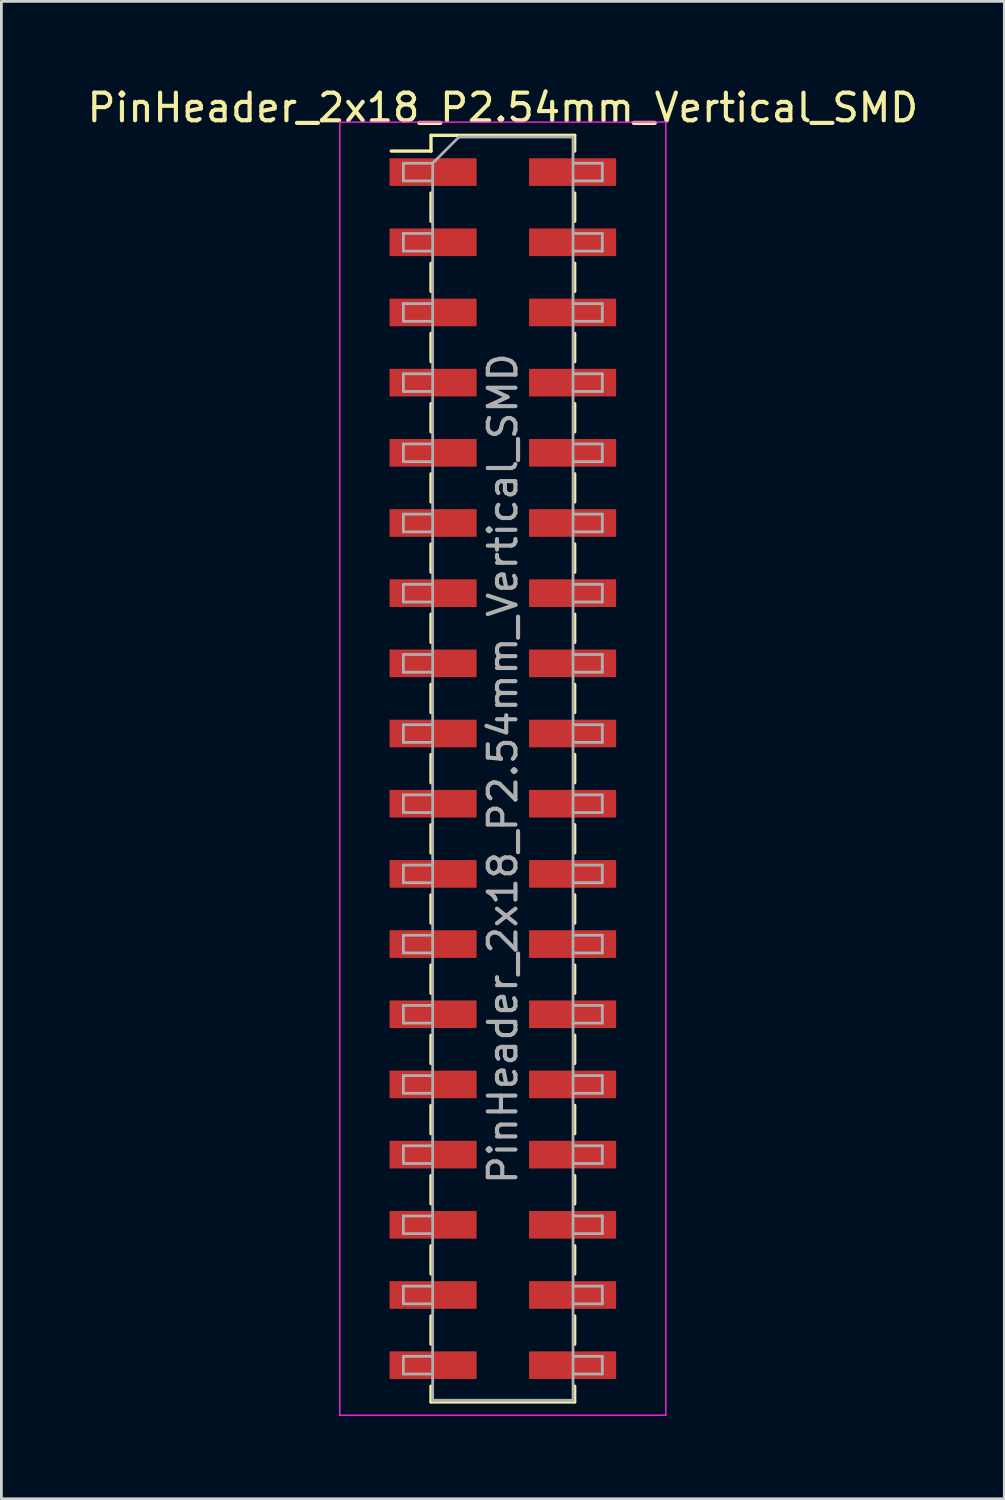
<source format=kicad_pcb>
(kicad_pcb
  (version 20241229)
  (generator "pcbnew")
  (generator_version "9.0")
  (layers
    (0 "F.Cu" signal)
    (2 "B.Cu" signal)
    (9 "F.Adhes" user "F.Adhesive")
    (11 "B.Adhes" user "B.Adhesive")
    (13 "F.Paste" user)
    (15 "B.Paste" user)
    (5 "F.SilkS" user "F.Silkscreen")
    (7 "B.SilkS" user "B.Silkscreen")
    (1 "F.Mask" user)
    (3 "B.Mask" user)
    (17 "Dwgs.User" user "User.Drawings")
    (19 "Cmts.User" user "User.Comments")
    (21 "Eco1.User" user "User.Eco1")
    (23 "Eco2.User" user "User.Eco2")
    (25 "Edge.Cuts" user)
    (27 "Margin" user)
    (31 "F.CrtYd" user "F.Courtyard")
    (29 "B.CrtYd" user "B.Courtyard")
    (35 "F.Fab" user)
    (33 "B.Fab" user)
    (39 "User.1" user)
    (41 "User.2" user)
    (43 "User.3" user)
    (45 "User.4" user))
  (footprint "PinHeader_2x18_P2.54mm_Vertical_SMD"
    (layer "F.Cu")
    (at 15.149 24.768)
    (property "Reference" "PinHeader_2x18_P2.54mm_Vertical_SMD" (at 0 -23.92 0) (layer "F.SilkS") (effects (font (size 1 1) (thickness 0.15))))
    (attr smd)
    (fp_line (start -4.04 -22.35) (end -2.6 -22.35) (stroke (width 0.12) (type solid)) (layer "F.SilkS"))
    (fp_line (start -2.6 -22.92) (end -2.6 -22.35) (stroke (width 0.12) (type solid)) (layer "F.SilkS"))
    (fp_line (start -2.6 -22.92) (end 2.6 -22.92) (stroke (width 0.12) (type solid)) (layer "F.SilkS"))
    (fp_line (start -2.6 -20.83) (end -2.6 -19.81) (stroke (width 0.12) (type solid)) (layer "F.SilkS"))
    (fp_line (start -2.6 -18.29) (end -2.6 -17.27) (stroke (width 0.12) (type solid)) (layer "F.SilkS"))
    (fp_line (start -2.6 -15.75) (end -2.6 -14.73) (stroke (width 0.12) (type solid)) (layer "F.SilkS"))
    (fp_line (start -2.6 -13.21) (end -2.6 -12.19) (stroke (width 0.12) (type solid)) (layer "F.SilkS"))
    (fp_line (start -2.6 -10.67) (end -2.6 -9.65) (stroke (width 0.12) (type solid)) (layer "F.SilkS"))
    (fp_line (start -2.6 -8.13) (end -2.6 -7.11) (stroke (width 0.12) (type solid)) (layer "F.SilkS"))
    (fp_line (start -2.6 -5.59) (end -2.6 -4.57) (stroke (width 0.12) (type solid)) (layer "F.SilkS"))
    (fp_line (start -2.6 -3.05) (end -2.6 -2.03) (stroke (width 0.12) (type solid)) (layer "F.SilkS"))
    (fp_line (start -2.6 -0.51) (end -2.6 0.51) (stroke (width 0.12) (type solid)) (layer "F.SilkS"))
    (fp_line (start -2.6 2.03) (end -2.6 3.05) (stroke (width 0.12) (type solid)) (layer "F.SilkS"))
    (fp_line (start -2.6 4.57) (end -2.6 5.59) (stroke (width 0.12) (type solid)) (layer "F.SilkS"))
    (fp_line (start -2.6 7.11) (end -2.6 8.13) (stroke (width 0.12) (type solid)) (layer "F.SilkS"))
    (fp_line (start -2.6 9.65) (end -2.6 10.67) (stroke (width 0.12) (type solid)) (layer "F.SilkS"))
    (fp_line (start -2.6 12.19) (end -2.6 13.21) (stroke (width 0.12) (type solid)) (layer "F.SilkS"))
    (fp_line (start -2.6 14.73) (end -2.6 15.75) (stroke (width 0.12) (type solid)) (layer "F.SilkS"))
    (fp_line (start -2.6 17.27) (end -2.6 18.29) (stroke (width 0.12) (type solid)) (layer "F.SilkS"))
    (fp_line (start -2.6 19.81) (end -2.6 20.83) (stroke (width 0.12) (type solid)) (layer "F.SilkS"))
    (fp_line (start -2.6 22.35) (end -2.6 22.92) (stroke (width 0.12) (type solid)) (layer "F.SilkS"))
    (fp_line (start -2.6 22.92) (end 2.6 22.92) (stroke (width 0.12) (type solid)) (layer "F.SilkS"))
    (fp_line (start 2.6 -22.92) (end 2.6 -22.35) (stroke (width 0.12) (type solid)) (layer "F.SilkS"))
    (fp_line (start 2.6 -20.83) (end 2.6 -19.81) (stroke (width 0.12) (type solid)) (layer "F.SilkS"))
    (fp_line (start 2.6 -18.29) (end 2.6 -17.27) (stroke (width 0.12) (type solid)) (layer "F.SilkS"))
    (fp_line (start 2.6 -15.75) (end 2.6 -14.73) (stroke (width 0.12) (type solid)) (layer "F.SilkS"))
    (fp_line (start 2.6 -13.21) (end 2.6 -12.19) (stroke (width 0.12) (type solid)) (layer "F.SilkS"))
    (fp_line (start 2.6 -10.67) (end 2.6 -9.65) (stroke (width 0.12) (type solid)) (layer "F.SilkS"))
    (fp_line (start 2.6 -8.13) (end 2.6 -7.11) (stroke (width 0.12) (type solid)) (layer "F.SilkS"))
    (fp_line (start 2.6 -5.59) (end 2.6 -4.57) (stroke (width 0.12) (type solid)) (layer "F.SilkS"))
    (fp_line (start 2.6 -3.05) (end 2.6 -2.03) (stroke (width 0.12) (type solid)) (layer "F.SilkS"))
    (fp_line (start 2.6 -0.51) (end 2.6 0.51) (stroke (width 0.12) (type solid)) (layer "F.SilkS"))
    (fp_line (start 2.6 2.03) (end 2.6 3.05) (stroke (width 0.12) (type solid)) (layer "F.SilkS"))
    (fp_line (start 2.6 4.57) (end 2.6 5.59) (stroke (width 0.12) (type solid)) (layer "F.SilkS"))
    (fp_line (start 2.6 7.11) (end 2.6 8.13) (stroke (width 0.12) (type solid)) (layer "F.SilkS"))
    (fp_line (start 2.6 9.65) (end 2.6 10.67) (stroke (width 0.12) (type solid)) (layer "F.SilkS"))
    (fp_line (start 2.6 12.19) (end 2.6 13.21) (stroke (width 0.12) (type solid)) (layer "F.SilkS"))
    (fp_line (start 2.6 14.73) (end 2.6 15.75) (stroke (width 0.12) (type solid)) (layer "F.SilkS"))
    (fp_line (start 2.6 17.27) (end 2.6 18.29) (stroke (width 0.12) (type solid)) (layer "F.SilkS"))
    (fp_line (start 2.6 19.81) (end 2.6 20.83) (stroke (width 0.12) (type solid)) (layer "F.SilkS"))
    (fp_line (start 2.6 22.35) (end 2.6 22.92) (stroke (width 0.12) (type solid)) (layer "F.SilkS"))
    (fp_line (start -5.9 -23.4) (end -5.9 23.4) (stroke (width 0.05) (type solid)) (layer "F.CrtYd"))
    (fp_line (start -5.9 23.4) (end 5.9 23.4) (stroke (width 0.05) (type solid)) (layer "F.CrtYd"))
    (fp_line (start 5.9 -23.4) (end -5.9 -23.4) (stroke (width 0.05) (type solid)) (layer "F.CrtYd"))
    (fp_line (start 5.9 23.4) (end 5.9 -23.4) (stroke (width 0.05) (type solid)) (layer "F.CrtYd"))
    (fp_line (start -3.6 -21.91) (end -3.6 -21.27) (stroke (width 0.1) (type solid)) (layer "F.Fab"))
    (fp_line (start -3.6 -21.27) (end -2.54 -21.27) (stroke (width 0.1) (type solid)) (layer "F.Fab"))
    (fp_line (start -3.6 -19.37) (end -3.6 -18.73) (stroke (width 0.1) (type solid)) (layer "F.Fab"))
    (fp_line (start -3.6 -18.73) (end -2.54 -18.73) (stroke (width 0.1) (type solid)) (layer "F.Fab"))
    (fp_line (start -3.6 -16.83) (end -3.6 -16.19) (stroke (width 0.1) (type solid)) (layer "F.Fab"))
    (fp_line (start -3.6 -16.19) (end -2.54 -16.19) (stroke (width 0.1) (type solid)) (layer "F.Fab"))
    (fp_line (start -3.6 -14.29) (end -3.6 -13.65) (stroke (width 0.1) (type solid)) (layer "F.Fab"))
    (fp_line (start -3.6 -13.65) (end -2.54 -13.65) (stroke (width 0.1) (type solid)) (layer "F.Fab"))
    (fp_line (start -3.6 -11.75) (end -3.6 -11.11) (stroke (width 0.1) (type solid)) (layer "F.Fab"))
    (fp_line (start -3.6 -11.11) (end -2.54 -11.11) (stroke (width 0.1) (type solid)) (layer "F.Fab"))
    (fp_line (start -3.6 -9.21) (end -3.6 -8.57) (stroke (width 0.1) (type solid)) (layer "F.Fab"))
    (fp_line (start -3.6 -8.57) (end -2.54 -8.57) (stroke (width 0.1) (type solid)) (layer "F.Fab"))
    (fp_line (start -3.6 -6.67) (end -3.6 -6.03) (stroke (width 0.1) (type solid)) (layer "F.Fab"))
    (fp_line (start -3.6 -6.03) (end -2.54 -6.03) (stroke (width 0.1) (type solid)) (layer "F.Fab"))
    (fp_line (start -3.6 -4.13) (end -3.6 -3.49) (stroke (width 0.1) (type solid)) (layer "F.Fab"))
    (fp_line (start -3.6 -3.49) (end -2.54 -3.49) (stroke (width 0.1) (type solid)) (layer "F.Fab"))
    (fp_line (start -3.6 -1.59) (end -3.6 -0.95) (stroke (width 0.1) (type solid)) (layer "F.Fab"))
    (fp_line (start -3.6 -0.95) (end -2.54 -0.95) (stroke (width 0.1) (type solid)) (layer "F.Fab"))
    (fp_line (start -3.6 0.95) (end -3.6 1.59) (stroke (width 0.1) (type solid)) (layer "F.Fab"))
    (fp_line (start -3.6 1.59) (end -2.54 1.59) (stroke (width 0.1) (type solid)) (layer "F.Fab"))
    (fp_line (start -3.6 3.49) (end -3.6 4.13) (stroke (width 0.1) (type solid)) (layer "F.Fab"))
    (fp_line (start -3.6 4.13) (end -2.54 4.13) (stroke (width 0.1) (type solid)) (layer "F.Fab"))
    (fp_line (start -3.6 6.03) (end -3.6 6.67) (stroke (width 0.1) (type solid)) (layer "F.Fab"))
    (fp_line (start -3.6 6.67) (end -2.54 6.67) (stroke (width 0.1) (type solid)) (layer "F.Fab"))
    (fp_line (start -3.6 8.57) (end -3.6 9.21) (stroke (width 0.1) (type solid)) (layer "F.Fab"))
    (fp_line (start -3.6 9.21) (end -2.54 9.21) (stroke (width 0.1) (type solid)) (layer "F.Fab"))
    (fp_line (start -3.6 11.11) (end -3.6 11.75) (stroke (width 0.1) (type solid)) (layer "F.Fab"))
    (fp_line (start -3.6 11.75) (end -2.54 11.75) (stroke (width 0.1) (type solid)) (layer "F.Fab"))
    (fp_line (start -3.6 13.65) (end -3.6 14.29) (stroke (width 0.1) (type solid)) (layer "F.Fab"))
    (fp_line (start -3.6 14.29) (end -2.54 14.29) (stroke (width 0.1) (type solid)) (layer "F.Fab"))
    (fp_line (start -3.6 16.19) (end -3.6 16.83) (stroke (width 0.1) (type solid)) (layer "F.Fab"))
    (fp_line (start -3.6 16.83) (end -2.54 16.83) (stroke (width 0.1) (type solid)) (layer "F.Fab"))
    (fp_line (start -3.6 18.73) (end -3.6 19.37) (stroke (width 0.1) (type solid)) (layer "F.Fab"))
    (fp_line (start -3.6 19.37) (end -2.54 19.37) (stroke (width 0.1) (type solid)) (layer "F.Fab"))
    (fp_line (start -3.6 21.27) (end -3.6 21.91) (stroke (width 0.1) (type solid)) (layer "F.Fab"))
    (fp_line (start -3.6 21.91) (end -2.54 21.91) (stroke (width 0.1) (type solid)) (layer "F.Fab"))
    (fp_line (start -2.54 -21.91) (end -3.6 -21.91) (stroke (width 0.1) (type solid)) (layer "F.Fab"))
    (fp_line (start -2.54 -21.91) (end -1.59 -22.86) (stroke (width 0.1) (type solid)) (layer "F.Fab"))
    (fp_line (start -2.54 -19.37) (end -3.6 -19.37) (stroke (width 0.1) (type solid)) (layer "F.Fab"))
    (fp_line (start -2.54 -16.83) (end -3.6 -16.83) (stroke (width 0.1) (type solid)) (layer "F.Fab"))
    (fp_line (start -2.54 -14.29) (end -3.6 -14.29) (stroke (width 0.1) (type solid)) (layer "F.Fab"))
    (fp_line (start -2.54 -11.75) (end -3.6 -11.75) (stroke (width 0.1) (type solid)) (layer "F.Fab"))
    (fp_line (start -2.54 -9.21) (end -3.6 -9.21) (stroke (width 0.1) (type solid)) (layer "F.Fab"))
    (fp_line (start -2.54 -6.67) (end -3.6 -6.67) (stroke (width 0.1) (type solid)) (layer "F.Fab"))
    (fp_line (start -2.54 -4.13) (end -3.6 -4.13) (stroke (width 0.1) (type solid)) (layer "F.Fab"))
    (fp_line (start -2.54 -1.59) (end -3.6 -1.59) (stroke (width 0.1) (type solid)) (layer "F.Fab"))
    (fp_line (start -2.54 0.95) (end -3.6 0.95) (stroke (width 0.1) (type solid)) (layer "F.Fab"))
    (fp_line (start -2.54 3.49) (end -3.6 3.49) (stroke (width 0.1) (type solid)) (layer "F.Fab"))
    (fp_line (start -2.54 6.03) (end -3.6 6.03) (stroke (width 0.1) (type solid)) (layer "F.Fab"))
    (fp_line (start -2.54 8.57) (end -3.6 8.57) (stroke (width 0.1) (type solid)) (layer "F.Fab"))
    (fp_line (start -2.54 11.11) (end -3.6 11.11) (stroke (width 0.1) (type solid)) (layer "F.Fab"))
    (fp_line (start -2.54 13.65) (end -3.6 13.65) (stroke (width 0.1) (type solid)) (layer "F.Fab"))
    (fp_line (start -2.54 16.19) (end -3.6 16.19) (stroke (width 0.1) (type solid)) (layer "F.Fab"))
    (fp_line (start -2.54 18.73) (end -3.6 18.73) (stroke (width 0.1) (type solid)) (layer "F.Fab"))
    (fp_line (start -2.54 21.27) (end -3.6 21.27) (stroke (width 0.1) (type solid)) (layer "F.Fab"))
    (fp_line (start -2.54 22.86) (end -2.54 -21.91) (stroke (width 0.1) (type solid)) (layer "F.Fab"))
    (fp_line (start -1.59 -22.86) (end 2.54 -22.86) (stroke (width 0.1) (type solid)) (layer "F.Fab"))
    (fp_line (start 2.54 -22.86) (end 2.54 22.86) (stroke (width 0.1) (type solid)) (layer "F.Fab"))
    (fp_line (start 2.54 -21.91) (end 3.6 -21.91) (stroke (width 0.1) (type solid)) (layer "F.Fab"))
    (fp_line (start 2.54 -19.37) (end 3.6 -19.37) (stroke (width 0.1) (type solid)) (layer "F.Fab"))
    (fp_line (start 2.54 -16.83) (end 3.6 -16.83) (stroke (width 0.1) (type solid)) (layer "F.Fab"))
    (fp_line (start 2.54 -14.29) (end 3.6 -14.29) (stroke (width 0.1) (type solid)) (layer "F.Fab"))
    (fp_line (start 2.54 -11.75) (end 3.6 -11.75) (stroke (width 0.1) (type solid)) (layer "F.Fab"))
    (fp_line (start 2.54 -9.21) (end 3.6 -9.21) (stroke (width 0.1) (type solid)) (layer "F.Fab"))
    (fp_line (start 2.54 -6.67) (end 3.6 -6.67) (stroke (width 0.1) (type solid)) (layer "F.Fab"))
    (fp_line (start 2.54 -4.13) (end 3.6 -4.13) (stroke (width 0.1) (type solid)) (layer "F.Fab"))
    (fp_line (start 2.54 -1.59) (end 3.6 -1.59) (stroke (width 0.1) (type solid)) (layer "F.Fab"))
    (fp_line (start 2.54 0.95) (end 3.6 0.95) (stroke (width 0.1) (type solid)) (layer "F.Fab"))
    (fp_line (start 2.54 3.49) (end 3.6 3.49) (stroke (width 0.1) (type solid)) (layer "F.Fab"))
    (fp_line (start 2.54 6.03) (end 3.6 6.03) (stroke (width 0.1) (type solid)) (layer "F.Fab"))
    (fp_line (start 2.54 8.57) (end 3.6 8.57) (stroke (width 0.1) (type solid)) (layer "F.Fab"))
    (fp_line (start 2.54 11.11) (end 3.6 11.11) (stroke (width 0.1) (type solid)) (layer "F.Fab"))
    (fp_line (start 2.54 13.65) (end 3.6 13.65) (stroke (width 0.1) (type solid)) (layer "F.Fab"))
    (fp_line (start 2.54 16.19) (end 3.6 16.19) (stroke (width 0.1) (type solid)) (layer "F.Fab"))
    (fp_line (start 2.54 18.73) (end 3.6 18.73) (stroke (width 0.1) (type solid)) (layer "F.Fab"))
    (fp_line (start 2.54 21.27) (end 3.6 21.27) (stroke (width 0.1) (type solid)) (layer "F.Fab"))
    (fp_line (start 2.54 22.86) (end -2.54 22.86) (stroke (width 0.1) (type solid)) (layer "F.Fab"))
    (fp_line (start 3.6 -21.91) (end 3.6 -21.27) (stroke (width 0.1) (type solid)) (layer "F.Fab"))
    (fp_line (start 3.6 -21.27) (end 2.54 -21.27) (stroke (width 0.1) (type solid)) (layer "F.Fab"))
    (fp_line (start 3.6 -19.37) (end 3.6 -18.73) (stroke (width 0.1) (type solid)) (layer "F.Fab"))
    (fp_line (start 3.6 -18.73) (end 2.54 -18.73) (stroke (width 0.1) (type solid)) (layer "F.Fab"))
    (fp_line (start 3.6 -16.83) (end 3.6 -16.19) (stroke (width 0.1) (type solid)) (layer "F.Fab"))
    (fp_line (start 3.6 -16.19) (end 2.54 -16.19) (stroke (width 0.1) (type solid)) (layer "F.Fab"))
    (fp_line (start 3.6 -14.29) (end 3.6 -13.65) (stroke (width 0.1) (type solid)) (layer "F.Fab"))
    (fp_line (start 3.6 -13.65) (end 2.54 -13.65) (stroke (width 0.1) (type solid)) (layer "F.Fab"))
    (fp_line (start 3.6 -11.75) (end 3.6 -11.11) (stroke (width 0.1) (type solid)) (layer "F.Fab"))
    (fp_line (start 3.6 -11.11) (end 2.54 -11.11) (stroke (width 0.1) (type solid)) (layer "F.Fab"))
    (fp_line (start 3.6 -9.21) (end 3.6 -8.57) (stroke (width 0.1) (type solid)) (layer "F.Fab"))
    (fp_line (start 3.6 -8.57) (end 2.54 -8.57) (stroke (width 0.1) (type solid)) (layer "F.Fab"))
    (fp_line (start 3.6 -6.67) (end 3.6 -6.03) (stroke (width 0.1) (type solid)) (layer "F.Fab"))
    (fp_line (start 3.6 -6.03) (end 2.54 -6.03) (stroke (width 0.1) (type solid)) (layer "F.Fab"))
    (fp_line (start 3.6 -4.13) (end 3.6 -3.49) (stroke (width 0.1) (type solid)) (layer "F.Fab"))
    (fp_line (start 3.6 -3.49) (end 2.54 -3.49) (stroke (width 0.1) (type solid)) (layer "F.Fab"))
    (fp_line (start 3.6 -1.59) (end 3.6 -0.95) (stroke (width 0.1) (type solid)) (layer "F.Fab"))
    (fp_line (start 3.6 -0.95) (end 2.54 -0.95) (stroke (width 0.1) (type solid)) (layer "F.Fab"))
    (fp_line (start 3.6 0.95) (end 3.6 1.59) (stroke (width 0.1) (type solid)) (layer "F.Fab"))
    (fp_line (start 3.6 1.59) (end 2.54 1.59) (stroke (width 0.1) (type solid)) (layer "F.Fab"))
    (fp_line (start 3.6 3.49) (end 3.6 4.13) (stroke (width 0.1) (type solid)) (layer "F.Fab"))
    (fp_line (start 3.6 4.13) (end 2.54 4.13) (stroke (width 0.1) (type solid)) (layer "F.Fab"))
    (fp_line (start 3.6 6.03) (end 3.6 6.67) (stroke (width 0.1) (type solid)) (layer "F.Fab"))
    (fp_line (start 3.6 6.67) (end 2.54 6.67) (stroke (width 0.1) (type solid)) (layer "F.Fab"))
    (fp_line (start 3.6 8.57) (end 3.6 9.21) (stroke (width 0.1) (type solid)) (layer "F.Fab"))
    (fp_line (start 3.6 9.21) (end 2.54 9.21) (stroke (width 0.1) (type solid)) (layer "F.Fab"))
    (fp_line (start 3.6 11.11) (end 3.6 11.75) (stroke (width 0.1) (type solid)) (layer "F.Fab"))
    (fp_line (start 3.6 11.75) (end 2.54 11.75) (stroke (width 0.1) (type solid)) (layer "F.Fab"))
    (fp_line (start 3.6 13.65) (end 3.6 14.29) (stroke (width 0.1) (type solid)) (layer "F.Fab"))
    (fp_line (start 3.6 14.29) (end 2.54 14.29) (stroke (width 0.1) (type solid)) (layer "F.Fab"))
    (fp_line (start 3.6 16.19) (end 3.6 16.83) (stroke (width 0.1) (type solid)) (layer "F.Fab"))
    (fp_line (start 3.6 16.83) (end 2.54 16.83) (stroke (width 0.1) (type solid)) (layer "F.Fab"))
    (fp_line (start 3.6 18.73) (end 3.6 19.37) (stroke (width 0.1) (type solid)) (layer "F.Fab"))
    (fp_line (start 3.6 19.37) (end 2.54 19.37) (stroke (width 0.1) (type solid)) (layer "F.Fab"))
    (fp_line (start 3.6 21.27) (end 3.6 21.91) (stroke (width 0.1) (type solid)) (layer "F.Fab"))
    (fp_line (start 3.6 21.91) (end 2.54 21.91) (stroke (width 0.1) (type solid)) (layer "F.Fab"))
    (fp_text user "${REFERENCE}" (at 0 0 90) (layer "F.Fab") (effects (font (size 1 1) (thickness 0.15))))
    (pad "1" smd rect (at -2.525 -21.59) (size 3.15 1) (layers "F.Cu" "F.Mask" "F.Paste"))
    (pad "2" smd rect (at 2.525 -21.59) (size 3.15 1) (layers "F.Cu" "F.Mask" "F.Paste"))
    (pad "3" smd rect (at -2.525 -19.05) (size 3.15 1) (layers "F.Cu" "F.Mask" "F.Paste"))
    (pad "4" smd rect (at 2.525 -19.05) (size 3.15 1) (layers "F.Cu" "F.Mask" "F.Paste"))
    (pad "5" smd rect (at -2.525 -16.51) (size 3.15 1) (layers "F.Cu" "F.Mask" "F.Paste"))
    (pad "6" smd rect (at 2.525 -16.51) (size 3.15 1) (layers "F.Cu" "F.Mask" "F.Paste"))
    (pad "7" smd rect (at -2.525 -13.97) (size 3.15 1) (layers "F.Cu" "F.Mask" "F.Paste"))
    (pad "8" smd rect (at 2.525 -13.97) (size 3.15 1) (layers "F.Cu" "F.Mask" "F.Paste"))
    (pad "9" smd rect (at -2.525 -11.43) (size 3.15 1) (layers "F.Cu" "F.Mask" "F.Paste"))
    (pad "10" smd rect (at 2.525 -11.43) (size 3.15 1) (layers "F.Cu" "F.Mask" "F.Paste"))
    (pad "11" smd rect (at -2.525 -8.89) (size 3.15 1) (layers "F.Cu" "F.Mask" "F.Paste"))
    (pad "12" smd rect (at 2.525 -8.89) (size 3.15 1) (layers "F.Cu" "F.Mask" "F.Paste"))
    (pad "13" smd rect (at -2.525 -6.35) (size 3.15 1) (layers "F.Cu" "F.Mask" "F.Paste"))
    (pad "14" smd rect (at 2.525 -6.35) (size 3.15 1) (layers "F.Cu" "F.Mask" "F.Paste"))
    (pad "15" smd rect (at -2.525 -3.81) (size 3.15 1) (layers "F.Cu" "F.Mask" "F.Paste"))
    (pad "16" smd rect (at 2.525 -3.81) (size 3.15 1) (layers "F.Cu" "F.Mask" "F.Paste"))
    (pad "17" smd rect (at -2.525 -1.27) (size 3.15 1) (layers "F.Cu" "F.Mask" "F.Paste"))
    (pad "18" smd rect (at 2.525 -1.27) (size 3.15 1) (layers "F.Cu" "F.Mask" "F.Paste"))
    (pad "19" smd rect (at -2.525 1.27) (size 3.15 1) (layers "F.Cu" "F.Mask" "F.Paste"))
    (pad "20" smd rect (at 2.525 1.27) (size 3.15 1) (layers "F.Cu" "F.Mask" "F.Paste"))
    (pad "21" smd rect (at -2.525 3.81) (size 3.15 1) (layers "F.Cu" "F.Mask" "F.Paste"))
    (pad "22" smd rect (at 2.525 3.81) (size 3.15 1) (layers "F.Cu" "F.Mask" "F.Paste"))
    (pad "23" smd rect (at -2.525 6.35) (size 3.15 1) (layers "F.Cu" "F.Mask" "F.Paste"))
    (pad "24" smd rect (at 2.525 6.35) (size 3.15 1) (layers "F.Cu" "F.Mask" "F.Paste"))
    (pad "25" smd rect (at -2.525 8.89) (size 3.15 1) (layers "F.Cu" "F.Mask" "F.Paste"))
    (pad "26" smd rect (at 2.525 8.89) (size 3.15 1) (layers "F.Cu" "F.Mask" "F.Paste"))
    (pad "27" smd rect (at -2.525 11.43) (size 3.15 1) (layers "F.Cu" "F.Mask" "F.Paste"))
    (pad "28" smd rect (at 2.525 11.43) (size 3.15 1) (layers "F.Cu" "F.Mask" "F.Paste"))
    (pad "29" smd rect (at -2.525 13.97) (size 3.15 1) (layers "F.Cu" "F.Mask" "F.Paste"))
    (pad "30" smd rect (at 2.525 13.97) (size 3.15 1) (layers "F.Cu" "F.Mask" "F.Paste"))
    (pad "31" smd rect (at -2.525 16.51) (size 3.15 1) (layers "F.Cu" "F.Mask" "F.Paste"))
    (pad "32" smd rect (at 2.525 16.51) (size 3.15 1) (layers "F.Cu" "F.Mask" "F.Paste"))
    (pad "33" smd rect (at -2.525 19.05) (size 3.15 1) (layers "F.Cu" "F.Mask" "F.Paste"))
    (pad "34" smd rect (at 2.525 19.05) (size 3.15 1) (layers "F.Cu" "F.Mask" "F.Paste"))
    (pad "35" smd rect (at -2.525 21.59) (size 3.15 1) (layers "F.Cu" "F.Mask" "F.Paste"))
    (pad "36" smd rect (at 2.525 21.59) (size 3.15 1) (layers "F.Cu" "F.Mask" "F.Paste")))
  (gr_rect
    (start -3 -3)
    (end 33.298 51.193)
    (stroke (width 0.1) (type default))
    (fill no)
    (layer "Edge.Cuts")))
</source>
